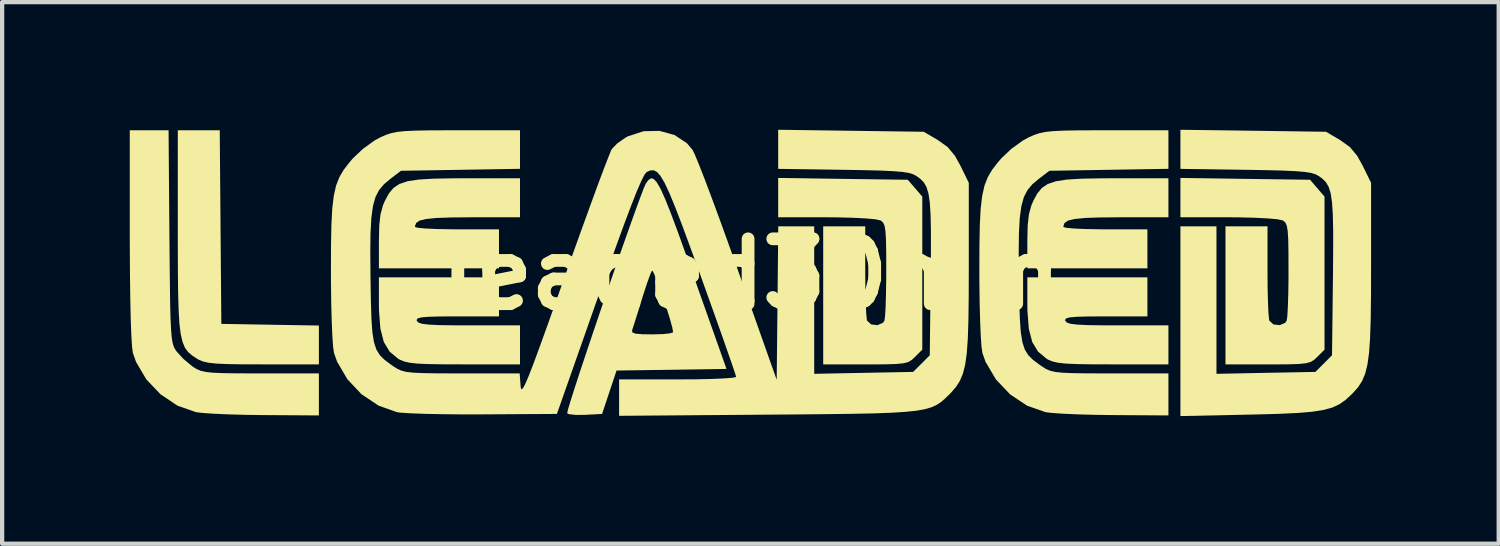
<source format=kicad_pcb>
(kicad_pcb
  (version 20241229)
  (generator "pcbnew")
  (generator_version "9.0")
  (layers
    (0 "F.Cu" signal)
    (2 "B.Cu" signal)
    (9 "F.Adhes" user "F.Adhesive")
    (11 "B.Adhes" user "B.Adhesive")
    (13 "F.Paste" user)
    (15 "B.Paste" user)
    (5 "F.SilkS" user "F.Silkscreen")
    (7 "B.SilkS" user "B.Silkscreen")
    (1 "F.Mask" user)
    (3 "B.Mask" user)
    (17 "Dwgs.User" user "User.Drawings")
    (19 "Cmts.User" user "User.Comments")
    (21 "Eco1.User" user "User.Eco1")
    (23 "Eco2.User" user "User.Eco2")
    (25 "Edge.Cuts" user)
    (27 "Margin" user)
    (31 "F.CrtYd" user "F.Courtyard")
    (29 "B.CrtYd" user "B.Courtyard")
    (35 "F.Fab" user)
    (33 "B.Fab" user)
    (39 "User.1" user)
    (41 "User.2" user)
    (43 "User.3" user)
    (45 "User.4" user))
  (footprint "leaded30mm"
    (layer "F.Cu")
    (at 14.605 3.398)
    (property "Reference" "leaded30mm" (at 0 0 0) (layer "F.SilkS") (effects (font (size 1.524 1.524) (thickness 0.3))))
    (attr board_only exclude_from_pos_files exclude_from_bom)
    (fp_poly (pts (xy -12.453 1.164) (xy -11.307 1.184) (xy -10.16 1.203) (xy -10.16 2.117) (xy -11.483 2.116) (xy -11.956 2.115) (xy -12.311 2.109) (xy -12.568 2.098) (xy -12.751 2.078) (xy -12.881 2.049) (xy -12.979 2.009) (xy -13.023 1.984) (xy -13.138 1.908) (xy -13.232 1.828) (xy -13.307 1.727) (xy -13.364 1.591) (xy -13.407 1.407) (xy -13.438 1.159) (xy -13.457 0.833) (xy -13.469 0.414) (xy -13.474 -0.112) (xy -13.476 -0.759) (xy -13.476 -1.016) (xy -13.476 -3.387) (xy -12.49 -3.387)) (stroke (width 0) (type solid)) (fill yes) (layer "F.SilkS"))
    (fp_poly (pts (xy -5.927 0.988) (xy -6.912 0.988) (xy -7.306 0.99) (xy -7.578 0.997) (xy -7.749 1.011) (xy -7.837 1.035) (xy -7.862 1.07) (xy -7.857 1.094) (xy -7.821 1.133) (xy -7.736 1.162) (xy -7.582 1.181) (xy -7.34 1.193) (xy -6.992 1.198) (xy -6.625 1.199) (xy -5.433 1.199) (xy -5.433 2.117) (xy -6.756 2.116) (xy -7.229 2.115) (xy -7.584 2.109) (xy -7.841 2.098) (xy -8.024 2.078) (xy -8.153 2.049) (xy -8.252 2.009) (xy -8.296 1.984) (xy -8.497 1.817) (xy -8.634 1.59) (xy -8.714 1.279) (xy -8.747 0.861) (xy -8.749 0.713) (xy -8.749 0.071) (xy -5.927 0.071)) (stroke (width 0) (type solid)) (fill yes) (layer "F.SilkS"))
    (fp_poly (pts (xy -5.433 -1.341) (xy -6.583 -1.341) (xy -7.054 -1.337) (xy -7.401 -1.325) (xy -7.642 -1.301) (xy -7.794 -1.263) (xy -7.875 -1.207) (xy -7.902 -1.13) (xy -7.902 -1.115) (xy -7.836 -1.094) (xy -7.654 -1.077) (xy -7.381 -1.065) (xy -7.043 -1.059) (xy -6.914 -1.058) (xy -5.927 -1.058) (xy -5.927 -0.141) (xy -8.749 -0.141) (xy -8.749 -0.789) (xy -8.741 -1.149) (xy -8.712 -1.411) (xy -8.655 -1.618) (xy -8.605 -1.735) (xy -8.513 -1.903) (xy -8.407 -2.031) (xy -8.269 -2.124) (xy -8.078 -2.188) (xy -7.815 -2.228) (xy -7.46 -2.249) (xy -6.994 -2.257) (xy -6.71 -2.258) (xy -5.433 -2.258)) (stroke (width 0) (type solid)) (fill yes) (layer "F.SilkS"))
    (fp_poly (pts (xy 9.313 0.988) (xy 8.328 0.988) (xy 7.934 0.99) (xy 7.662 0.997) (xy 7.491 1.011) (xy 7.403 1.035) (xy 7.378 1.07) (xy 7.383 1.094) (xy 7.419 1.133) (xy 7.504 1.162) (xy 7.658 1.181) (xy 7.9 1.193) (xy 8.248 1.198) (xy 8.615 1.199) (xy 9.807 1.199) (xy 9.807 2.117) (xy 8.484 2.116) (xy 8.011 2.115) (xy 7.656 2.109) (xy 7.399 2.098) (xy 7.216 2.078) (xy 7.087 2.049) (xy 6.988 2.009) (xy 6.944 1.984) (xy 6.743 1.817) (xy 6.606 1.59) (xy 6.526 1.279) (xy 6.493 0.861) (xy 6.491 0.713) (xy 6.491 0.071) (xy 9.313 0.071)) (stroke (width 0) (type solid)) (fill yes) (layer "F.SilkS"))
    (fp_poly (pts (xy 9.807 -1.341) (xy 8.657 -1.341) (xy 8.186 -1.337) (xy 7.839 -1.325) (xy 7.598 -1.301) (xy 7.446 -1.263) (xy 7.365 -1.207) (xy 7.338 -1.13) (xy 7.338 -1.115) (xy 7.404 -1.094) (xy 7.586 -1.077) (xy 7.859 -1.065) (xy 8.197 -1.059) (xy 8.326 -1.058) (xy 9.313 -1.058) (xy 9.313 -0.141) (xy 6.491 -0.141) (xy 6.491 -0.789) (xy 6.499 -1.149) (xy 6.528 -1.411) (xy 6.585 -1.618) (xy 6.635 -1.735) (xy 6.727 -1.903) (xy 6.833 -2.031) (xy 6.971 -2.124) (xy 7.162 -2.188) (xy 7.425 -2.228) (xy 7.78 -2.249) (xy 8.246 -2.257) (xy 8.53 -2.258) (xy 9.807 -2.258)) (stroke (width 0) (type solid)) (fill yes) (layer "F.SilkS"))
    (fp_poly (pts (xy -13.673 -0.887) (xy -13.667 -0.226) (xy -13.661 0.309) (xy -13.655 0.732) (xy -13.646 1.058) (xy -13.634 1.303) (xy -13.619 1.48) (xy -13.599 1.606) (xy -13.573 1.694) (xy -13.541 1.759) (xy -13.505 1.812) (xy -13.342 1.99) (xy -13.143 2.156) (xy -13.124 2.17) (xy -13.036 2.225) (xy -12.944 2.265) (xy -12.824 2.293) (xy -12.655 2.312) (xy -12.416 2.322) (xy -12.083 2.327) (xy -11.637 2.328) (xy -11.525 2.328) (xy -10.16 2.328) (xy -10.16 3.316) (xy -11.448 3.308) (xy -11.884 3.302) (xy -12.295 3.291) (xy -12.648 3.275) (xy -12.915 3.256) (xy -13.05 3.239) (xy -13.483 3.087) (xy -13.882 2.82) (xy -14.217 2.468) (xy -14.458 2.057) (xy -14.532 1.847) (xy -14.551 1.707) (xy -14.568 1.439) (xy -14.582 1.058) (xy -14.593 0.578) (xy -14.6 0.012) (xy -14.604 -0.626) (xy -14.605 -0.9) (xy -14.605 -3.387) (xy -13.693 -3.387)) (stroke (width 0) (type solid)) (fill yes) (layer "F.SilkS"))
    (fp_poly (pts (xy 2.158 -2.244) (xy 3.681 -2.223) (xy 3.852 -2.025) (xy 4.022 -1.827) (xy 4.022 1.77) (xy 3.848 1.943) (xy 3.774 2.012) (xy 3.693 2.06) (xy 3.581 2.09) (xy 3.411 2.107) (xy 3.158 2.115) (xy 2.796 2.117) (xy 2.684 2.117) (xy 1.693 2.117) (xy 1.693 -1.129) (xy 2.681 -1.129) (xy 2.681 -0.076) (xy 2.684 0.302) (xy 2.691 0.636) (xy 2.703 0.897) (xy 2.717 1.057) (xy 2.724 1.088) (xy 2.821 1.177) (xy 2.969 1.194) (xy 3.098 1.138) (xy 3.132 1.088) (xy 3.147 0.981) (xy 3.16 0.761) (xy 3.169 0.454) (xy 3.174 0.089) (xy 3.175 -0.109) (xy 3.174 -0.525) (xy 3.168 -0.821) (xy 3.156 -1.021) (xy 3.134 -1.146) (xy 3.1 -1.218) (xy 3.052 -1.26) (xy 3.039 -1.268) (xy 2.92 -1.294) (xy 2.685 -1.315) (xy 2.358 -1.331) (xy 1.965 -1.34) (xy 1.769 -1.341) (xy 0.635 -1.341) (xy 0.635 -2.266)) (stroke (width 0) (type solid)) (fill yes) (layer "F.SilkS"))
    (fp_poly (pts (xy 11.613 -2.244) (xy 13.136 -2.223) (xy 13.306 -2.025) (xy 13.476 -1.827) (xy 13.476 1.77) (xy 13.303 1.943) (xy 13.228 2.012) (xy 13.147 2.06) (xy 13.035 2.09) (xy 12.865 2.107) (xy 12.612 2.115) (xy 12.25 2.117) (xy 12.139 2.117) (xy 11.148 2.117) (xy 11.148 -1.129) (xy 12.136 -1.129) (xy 12.136 -0.076) (xy 12.138 0.302) (xy 12.146 0.636) (xy 12.157 0.897) (xy 12.172 1.057) (xy 12.178 1.088) (xy 12.275 1.177) (xy 12.423 1.194) (xy 12.553 1.138) (xy 12.587 1.088) (xy 12.602 0.981) (xy 12.614 0.761) (xy 12.624 0.454) (xy 12.629 0.089) (xy 12.629 -0.109) (xy 12.628 -0.525) (xy 12.623 -0.821) (xy 12.61 -1.021) (xy 12.588 -1.146) (xy 12.555 -1.218) (xy 12.506 -1.26) (xy 12.493 -1.268) (xy 12.374 -1.294) (xy 12.139 -1.315) (xy 11.813 -1.331) (xy 11.42 -1.34) (xy 11.223 -1.341) (xy 10.089 -1.341) (xy 10.089 -2.266)) (stroke (width 0) (type solid)) (fill yes) (layer "F.SilkS"))
    (fp_poly (pts (xy 11.8 -3.375) (xy 13.511 -3.351) (xy 13.841 -3.157) (xy 14.071 -2.993) (xy 14.243 -2.787) (xy 14.37 -2.558) (xy 14.57 -2.152) (xy 14.57 -0.141) (xy 14.568 0.53) (xy 14.561 1.075) (xy 14.546 1.513) (xy 14.521 1.859) (xy 14.483 2.129) (xy 14.43 2.339) (xy 14.359 2.507) (xy 14.268 2.648) (xy 14.153 2.779) (xy 14.115 2.818) (xy 13.974 2.948) (xy 13.829 3.051) (xy 13.66 3.13) (xy 13.449 3.188) (xy 13.177 3.23) (xy 12.824 3.259) (xy 12.371 3.28) (xy 11.799 3.295) (xy 11.695 3.297) (xy 10.089 3.331) (xy 10.089 -1.129) (xy 10.936 -1.129) (xy 10.936 2.338) (xy 12.099 2.315) (xy 13.262 2.293) (xy 13.652 1.902) (xy 13.674 0.057) (xy 13.679 -0.551) (xy 13.679 -1.033) (xy 13.671 -1.408) (xy 13.652 -1.692) (xy 13.621 -1.901) (xy 13.575 -2.052) (xy 13.512 -2.161) (xy 13.43 -2.245) (xy 13.346 -2.307) (xy 13.268 -2.35) (xy 13.163 -2.383) (xy 13.012 -2.407) (xy 12.796 -2.425) (xy 12.494 -2.439) (xy 12.088 -2.449) (xy 11.624 -2.457) (xy 10.089 -2.479) (xy 10.089 -3.398)) (stroke (width 0) (type solid)) (fill yes) (layer "F.SilkS"))
    (fp_poly (pts (xy -2.29 -2.242) (xy -2.217 -2.162) (xy -2.128 -2.007) (xy -2.02 -1.767) (xy -1.886 -1.431) (xy -1.721 -0.989) (xy -1.52 -0.43) (xy -1.367 0.001) (xy -0.58 2.223) (xy -3.164 2.261) (xy -3.334 2.771) (xy -3.504 3.281) (xy -3.898 3.302) (xy -4.119 3.304) (xy -4.275 3.288) (xy -4.324 3.267) (xy -4.309 3.19) (xy -4.252 2.998) (xy -4.16 2.708) (xy -4.04 2.337) (xy -3.895 1.902) (xy -3.734 1.421) (xy -3.695 1.306) (xy -2.797 1.306) (xy -2.796 1.362) (xy -2.722 1.394) (xy -2.551 1.408) (xy -2.336 1.411) (xy -2.09 1.405) (xy -1.912 1.388) (xy -1.835 1.363) (xy -1.834 1.361) (xy -1.855 1.246) (xy -1.909 1.049) (xy -1.986 0.801) (xy -2.075 0.534) (xy -2.165 0.28) (xy -2.245 0.071) (xy -2.304 -0.062) (xy -2.33 -0.09) (xy -2.371 -0.002) (xy -2.44 0.188) (xy -2.525 0.446) (xy -2.568 0.583) (xy -2.656 0.869) (xy -2.732 1.11) (xy -2.784 1.271) (xy -2.797 1.306) (xy -3.695 1.306) (xy -3.561 0.911) (xy -3.382 0.39) (xy -3.204 -0.126) (xy -3.033 -0.619) (xy -2.873 -1.071) (xy -2.732 -1.466) (xy -2.615 -1.785) (xy -2.529 -2.012) (xy -2.478 -2.129) (xy -2.475 -2.134) (xy -2.414 -2.218) (xy -2.354 -2.257)) (stroke (width 0) (type solid)) (fill yes) (layer "F.SilkS"))
    (fp_poly (pts (xy 9.807 -2.48) (xy 7.009 -2.434) (xy 6.756 -2.241) (xy 6.609 -2.117) (xy 6.495 -1.981) (xy 6.41 -1.817) (xy 6.351 -1.605) (xy 6.313 -1.327) (xy 6.293 -0.963) (xy 6.288 -0.496) (xy 6.293 0.086) (xy 6.302 0.625) (xy 6.315 1.042) (xy 6.337 1.358) (xy 6.374 1.593) (xy 6.431 1.767) (xy 6.512 1.899) (xy 6.625 2.011) (xy 6.773 2.121) (xy 6.843 2.17) (xy 6.931 2.225) (xy 7.024 2.265) (xy 7.143 2.293) (xy 7.312 2.312) (xy 7.552 2.322) (xy 7.884 2.327) (xy 8.331 2.328) (xy 8.442 2.328) (xy 9.807 2.328) (xy 9.807 3.316) (xy 8.52 3.308) (xy 8.083 3.302) (xy 7.673 3.291) (xy 7.319 3.275) (xy 7.052 3.256) (xy 6.918 3.239) (xy 6.484 3.087) (xy 6.085 2.82) (xy 5.751 2.468) (xy 5.509 2.057) (xy 5.435 1.847) (xy 5.414 1.703) (xy 5.396 1.442) (xy 5.381 1.087) (xy 5.37 0.662) (xy 5.364 0.191) (xy 5.363 -0.076) (xy 5.365 -0.68) (xy 5.374 -1.163) (xy 5.394 -1.545) (xy 5.43 -1.846) (xy 5.484 -2.085) (xy 5.56 -2.282) (xy 5.663 -2.457) (xy 5.797 -2.63) (xy 5.876 -2.723) (xy 6.112 -2.947) (xy 6.385 -3.144) (xy 6.524 -3.22) (xy 6.651 -3.276) (xy 6.774 -3.317) (xy 6.916 -3.347) (xy 7.099 -3.366) (xy 7.347 -3.378) (xy 7.681 -3.384) (xy 8.124 -3.386) (xy 8.343 -3.386) (xy 9.807 -3.387)) (stroke (width 0) (type solid)) (fill yes) (layer "F.SilkS"))
    (fp_poly (pts (xy 4.057 -3.351) (xy 4.387 -3.157) (xy 4.617 -2.993) (xy 4.789 -2.787) (xy 4.916 -2.558) (xy 5.115 -2.152) (xy 5.115 -0.141) (xy 5.113 0.53) (xy 5.106 1.075) (xy 5.092 1.513) (xy 5.067 1.859) (xy 5.029 2.129) (xy 4.975 2.339) (xy 4.904 2.507) (xy 4.813 2.648) (xy 4.699 2.779) (xy 4.661 2.818) (xy 4.561 2.916) (xy 4.466 2.998) (xy 4.363 3.067) (xy 4.239 3.124) (xy 4.083 3.169) (xy 3.882 3.205) (xy 3.623 3.232) (xy 3.295 3.253) (xy 2.885 3.268) (xy 2.381 3.278) (xy 1.769 3.286) (xy 1.039 3.293) (xy 0.37 3.298) (xy -3.104 3.325) (xy -3.104 2.469) (xy -1.729 2.469) (xy -1.305 2.467) (xy -0.935 2.459) (xy -0.639 2.446) (xy -0.438 2.431) (xy -0.354 2.413) (xy -0.353 2.41) (xy -0.376 2.332) (xy -0.442 2.137) (xy -0.545 1.841) (xy -0.679 1.458) (xy -0.84 1.005) (xy -1.022 0.496) (xy -1.188 0.033) (xy -1.427 -0.625) (xy -1.625 -1.162) (xy -1.789 -1.587) (xy -1.923 -1.913) (xy -2.035 -2.151) (xy -2.13 -2.311) (xy -2.213 -2.406) (xy -2.291 -2.446) (xy -2.369 -2.443) (xy -2.453 -2.407) (xy -2.454 -2.407) (xy -2.505 -2.345) (xy -2.583 -2.194) (xy -2.689 -1.949) (xy -2.826 -1.601) (xy -2.998 -1.144) (xy -3.207 -0.571) (xy -3.455 0.127) (xy -3.578 0.473) (xy -4.566 3.281) (xy -6.287 3.291) (xy -6.785 3.292) (xy -7.254 3.287) (xy -7.668 3.279) (xy -8.005 3.266) (xy -8.239 3.251) (xy -8.322 3.24) (xy -8.757 3.086) (xy -9.157 2.819) (xy -9.491 2.465) (xy -9.732 2.053) (xy -9.805 1.847) (xy -9.826 1.703) (xy -9.844 1.442) (xy -9.859 1.087) (xy -9.87 0.662) (xy -9.876 0.191) (xy -9.877 -0.076) (xy -9.875 -0.68) (xy -9.866 -1.163) (xy -9.846 -1.545) (xy -9.81 -1.846) (xy -9.756 -2.085) (xy -9.68 -2.282) (xy -9.577 -2.457) (xy -9.443 -2.63) (xy -9.364 -2.723) (xy -9.128 -2.947) (xy -8.855 -3.144) (xy -8.716 -3.22) (xy -8.589 -3.276) (xy -8.466 -3.317) (xy -8.324 -3.347) (xy -8.141 -3.366) (xy -7.893 -3.378) (xy -7.559 -3.384) (xy -7.116 -3.386) (xy -6.897 -3.386) (xy -5.433 -3.387) (xy -5.433 -2.48) (xy -8.231 -2.434) (xy -8.484 -2.241) (xy -8.631 -2.117) (xy -8.745 -1.981) (xy -8.83 -1.817) (xy -8.889 -1.605) (xy -8.927 -1.327) (xy -8.947 -0.963) (xy -8.952 -0.496) (xy -8.947 0.086) (xy -8.938 0.625) (xy -8.925 1.042) (xy -8.903 1.358) (xy -8.866 1.593) (xy -8.809 1.767) (xy -8.728 1.899) (xy -8.615 2.011) (xy -8.467 2.121) (xy -8.397 2.17) (xy -8.309 2.225) (xy -8.216 2.265) (xy -8.096 2.294) (xy -7.927 2.312) (xy -7.687 2.322) (xy -7.354 2.327) (xy -6.907 2.328) (xy -6.802 2.328) (xy -5.441 2.328) (xy -5.419 2.628) (xy -5.409 2.688) (xy -5.388 2.701) (xy -5.352 2.658) (xy -5.297 2.549) (xy -5.219 2.364) (xy -5.114 2.093) (xy -4.979 1.727) (xy -4.808 1.255) (xy -4.599 0.668) (xy -4.387 0.071) (xy -4.171 -0.539) (xy -3.965 -1.112) (xy -3.776 -1.632) (xy -3.61 -2.087) (xy -3.47 -2.46) (xy -3.363 -2.737) (xy -3.295 -2.905) (xy -3.275 -2.945) (xy -3.148 -3.077) (xy -2.956 -3.211) (xy -2.895 -3.245) (xy -2.529 -3.364) (xy -2.154 -3.372) (xy -1.802 -3.275) (xy -1.509 -3.081) (xy -1.377 -2.924) (xy -1.322 -2.811) (xy -1.227 -2.58) (xy -1.097 -2.248) (xy -0.939 -1.83) (xy -0.759 -1.343) (xy -0.563 -0.802) (xy -0.356 -0.223) (xy -0.318 -0.115) (xy 0.6 2.479) (xy 0.619 0.675) (xy 0.637 -1.129) (xy 1.482 -1.129) (xy 1.482 2.338) (xy 2.644 2.315) (xy 3.807 2.293) (xy 4.003 2.098) (xy 4.198 1.902) (xy 4.219 0.057) (xy 4.225 -0.551) (xy 4.225 -1.033) (xy 4.216 -1.408) (xy 4.198 -1.692) (xy 4.167 -1.901) (xy 4.121 -2.052) (xy 4.058 -2.161) (xy 3.975 -2.245) (xy 3.891 -2.307) (xy 3.813 -2.35) (xy 3.709 -2.383) (xy 3.558 -2.407) (xy 3.341 -2.425) (xy 3.04 -2.439) (xy 2.634 -2.449) (xy 2.17 -2.457) (xy 0.635 -2.479) (xy 0.635 -3.398)) (stroke (width 0) (type solid)) (fill yes) (layer "F.SilkS")))
  (gr_rect
    (start -3 -3)
    (end 32.175 9.729)
    (stroke (width 0.1) (type default))
    (fill no)
    (layer "Edge.Cuts")))
</source>
